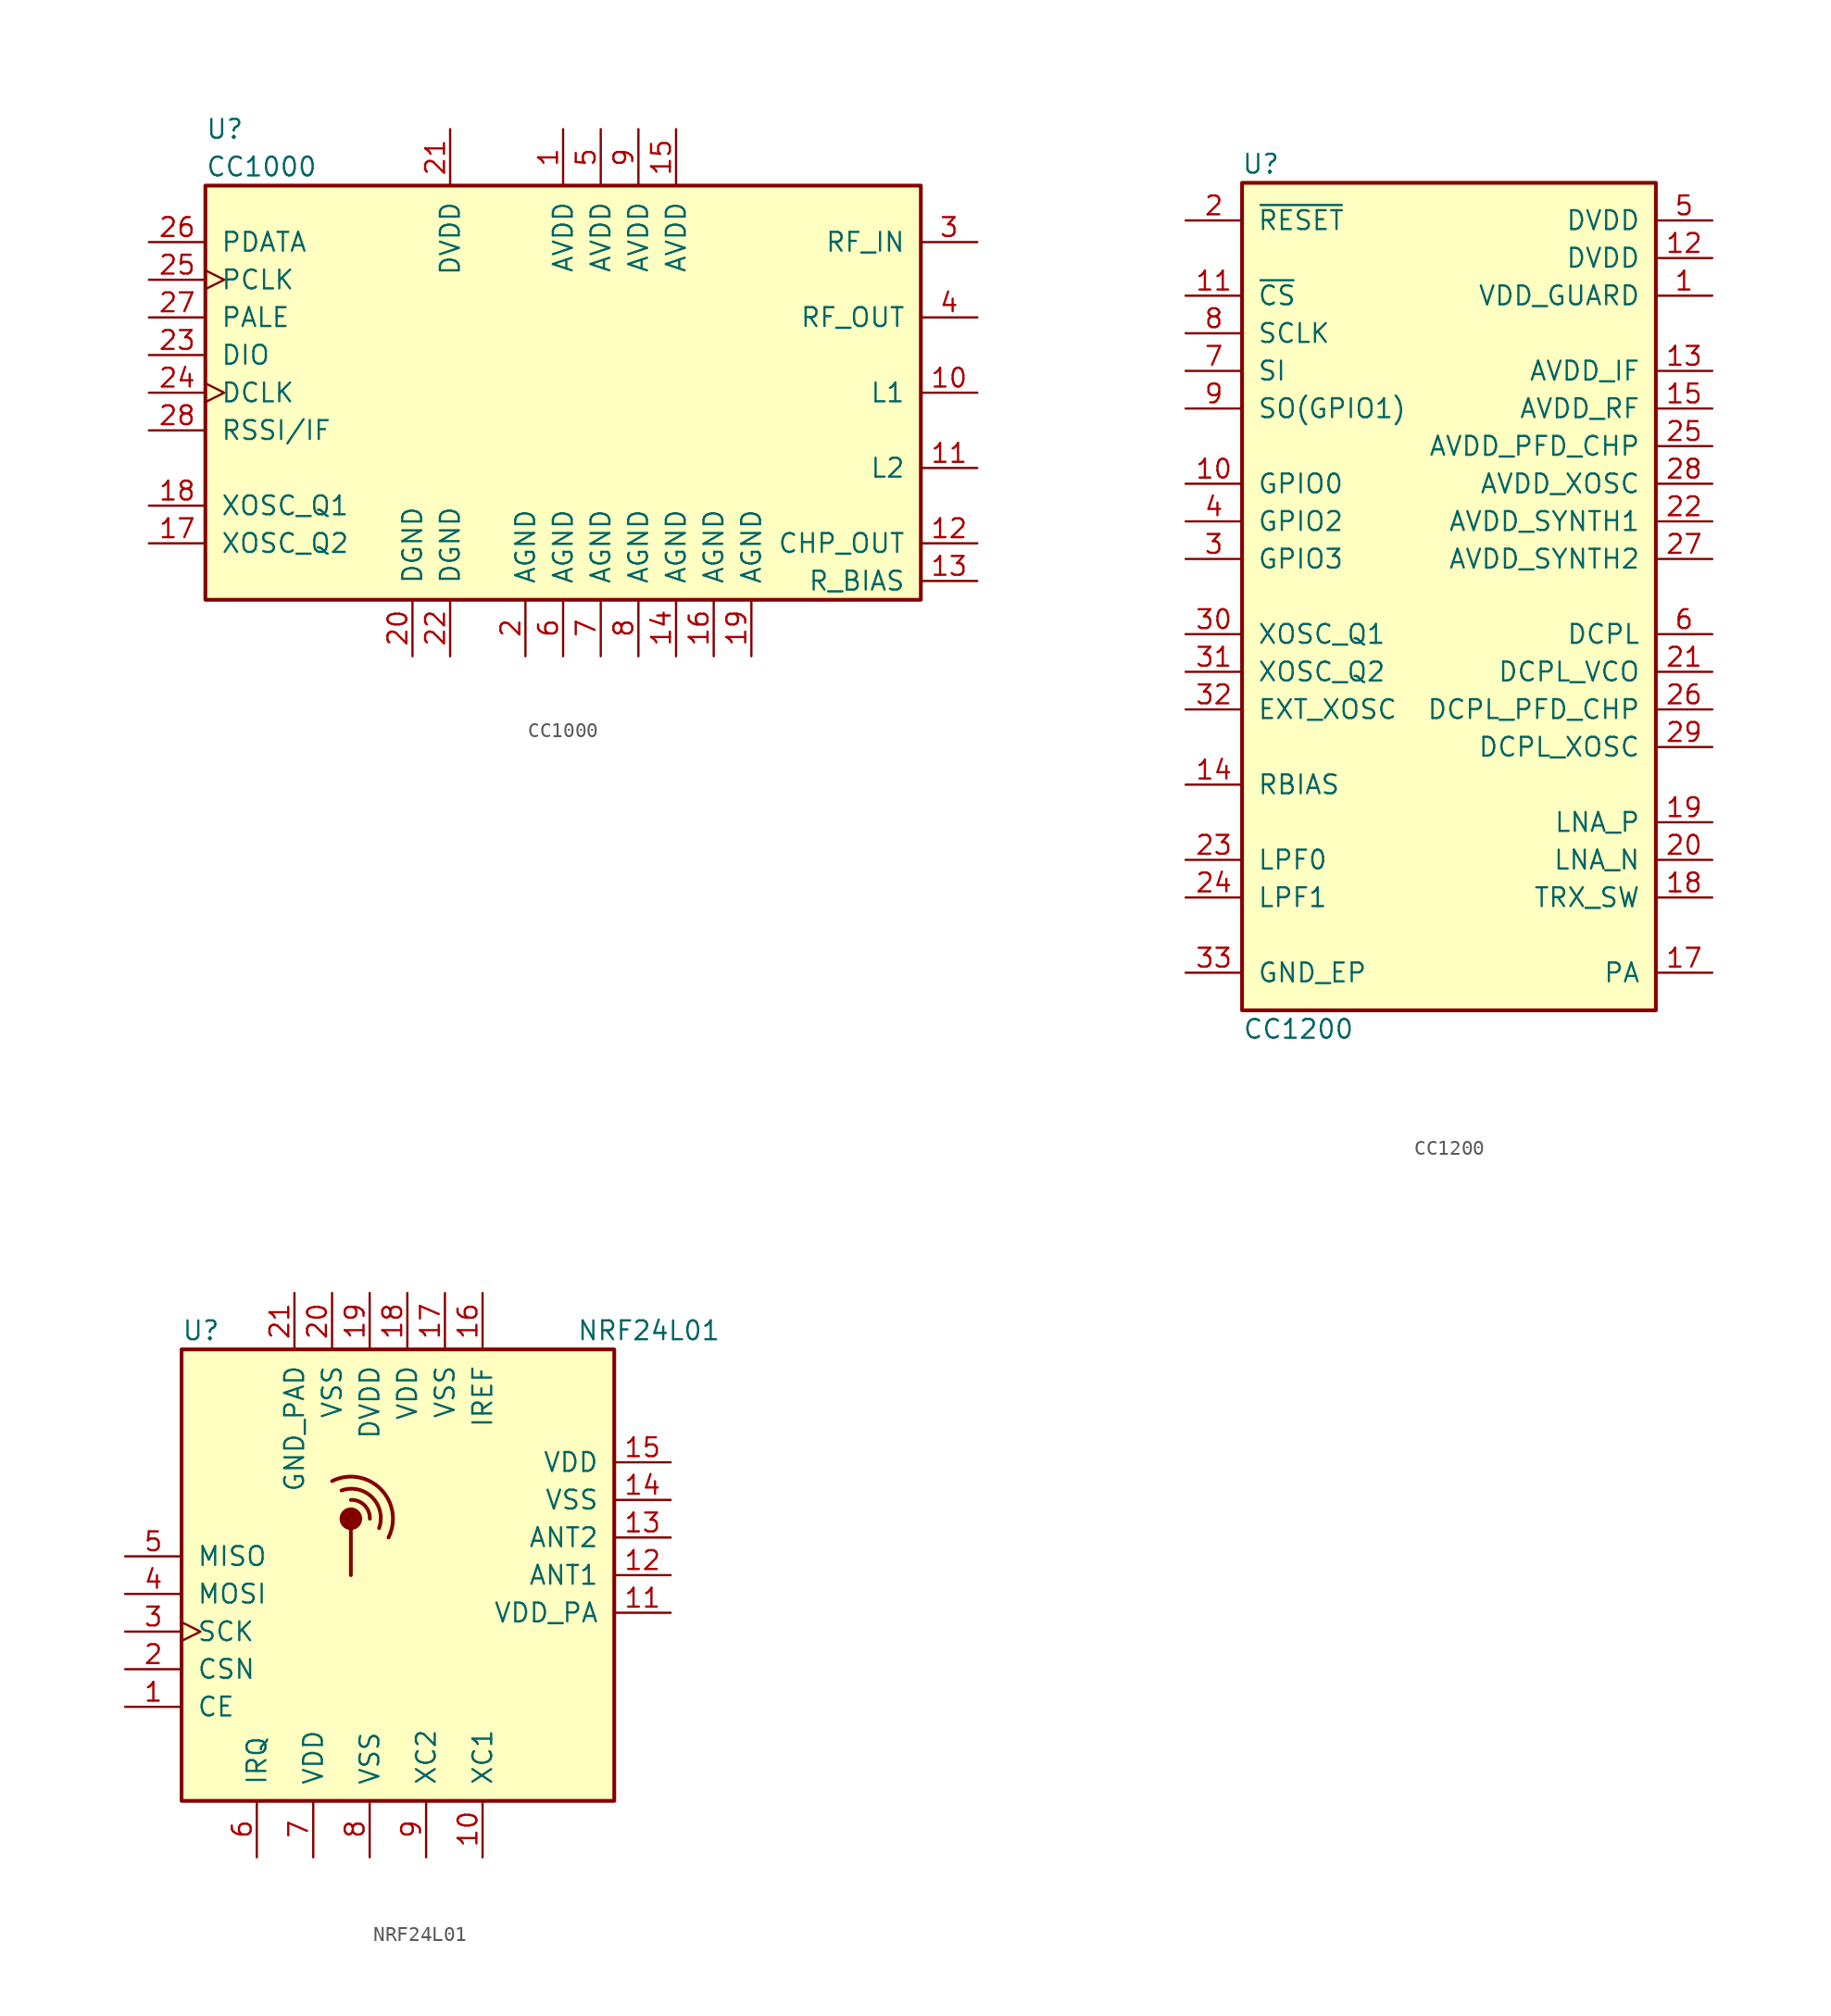
<source format=kicad_sym>
(kicad_symbol_lib
  (version 20231120)
  (generator "kicad_symbol_editor")
  (generator_version "8.0")
  (symbol "CC1000"
    (pin_names
      (offset 1.016))
    (property "Reference" "U"
      (at -24.13 17.78 0)
      (effects (font (size 1.27 1.27)) (justify left)))
    (property "Value" "CC1000"
      (at -24.13 15.24 0)
      (effects (font (size 1.27 1.27)) (justify left)))
    (symbol "CC1000_0_1"
      (rectangle (start -24.13 13.97) (end 24.13 -13.97) (stroke (width 0.254) (type solid)) (fill (type background))))
    (symbol "CC1000_1_1"
      (pin power_in line (at 0 17.78 270) (length 3.81) (name "AVDD" (effects (font (size 1.27 1.27)))) (number "1" (effects (font (size 1.27 1.27)))))
      (pin passive line (at 27.94 0 180) (length 3.81) (name "L1" (effects (font (size 1.27 1.27)))) (number "10" (effects (font (size 1.27 1.27)))))
      (pin passive line (at 27.94 -5.08 180) (length 3.81) (name "L2" (effects (font (size 1.27 1.27)))) (number "11" (effects (font (size 1.27 1.27)))))
      (pin passive line (at 27.94 -10.16 180) (length 3.81) (name "CHP_OUT" (effects (font (size 1.27 1.27)))) (number "12" (effects (font (size 1.27 1.27)))))
      (pin passive line (at 27.94 -12.7 180) (length 3.81) (name "R_BIAS" (effects (font (size 1.27 1.27)))) (number "13" (effects (font (size 1.27 1.27)))))
      (pin power_in line (at 7.62 -17.78 90) (length 3.81) (name "AGND" (effects (font (size 1.27 1.27)))) (number "14" (effects (font (size 1.27 1.27)))))
      (pin power_in line (at 7.62 17.78 270) (length 3.81) (name "AVDD" (effects (font (size 1.27 1.27)))) (number "15" (effects (font (size 1.27 1.27)))))
      (pin power_in line (at 10.16 -17.78 90) (length 3.81) (name "AGND" (effects (font (size 1.27 1.27)))) (number "16" (effects (font (size 1.27 1.27)))))
      (pin passive line (at -27.94 -10.16 0) (length 3.81) (name "XOSC_Q2" (effects (font (size 1.27 1.27)))) (number "17" (effects (font (size 1.27 1.27)))))
      (pin passive line (at -27.94 -7.62 0) (length 3.81) (name "XOSC_Q1" (effects (font (size 1.27 1.27)))) (number "18" (effects (font (size 1.27 1.27)))))
      (pin power_in line (at 12.7 -17.78 90) (length 3.81) (name "AGND" (effects (font (size 1.27 1.27)))) (number "19" (effects (font (size 1.27 1.27)))))
      (pin power_in line (at -2.54 -17.78 90) (length 3.81) (name "AGND" (effects (font (size 1.27 1.27)))) (number "2" (effects (font (size 1.27 1.27)))))
      (pin power_in line (at -10.16 -17.78 90) (length 3.81) (name "DGND" (effects (font (size 1.27 1.27)))) (number "20" (effects (font (size 1.27 1.27)))))
      (pin power_in line (at -7.62 17.78 270) (length 3.81) (name "DVDD" (effects (font (size 1.27 1.27)))) (number "21" (effects (font (size 1.27 1.27)))))
      (pin power_in line (at -7.62 -17.78 90) (length 3.81) (name "DGND" (effects (font (size 1.27 1.27)))) (number "22" (effects (font (size 1.27 1.27)))))
      (pin bidirectional line (at -27.94 2.54 0) (length 3.81) (name "DIO" (effects (font (size 1.27 1.27)))) (number "23" (effects (font (size 1.27 1.27)))))
      (pin output clock (at -27.94 0 0) (length 3.81) (name "DCLK" (effects (font (size 1.27 1.27)))) (number "24" (effects (font (size 1.27 1.27)))))
      (pin input clock (at -27.94 7.62 0) (length 3.81) (name "PCLK" (effects (font (size 1.27 1.27)))) (number "25" (effects (font (size 1.27 1.27)))))
      (pin bidirectional line (at -27.94 10.16 0) (length 3.81) (name "PDATA" (effects (font (size 1.27 1.27)))) (number "26" (effects (font (size 1.27 1.27)))))
      (pin input line (at -27.94 5.08 0) (length 3.81) (name "PALE" (effects (font (size 1.27 1.27)))) (number "27" (effects (font (size 1.27 1.27)))))
      (pin passive line (at -27.94 -2.54 0) (length 3.81) (name "RSSI/IF" (effects (font (size 1.27 1.27)))) (number "28" (effects (font (size 1.27 1.27)))))
      (pin passive line (at 27.94 10.16 180) (length 3.81) (name "RF_IN" (effects (font (size 1.27 1.27)))) (number "3" (effects (font (size 1.27 1.27)))))
      (pin passive line (at 27.94 5.08 180) (length 3.81) (name "RF_OUT" (effects (font (size 1.27 1.27)))) (number "4" (effects (font (size 1.27 1.27)))))
      (pin power_in line (at 2.54 17.78 270) (length 3.81) (name "AVDD" (effects (font (size 1.27 1.27)))) (number "5" (effects (font (size 1.27 1.27)))))
      (pin power_in line (at 0 -17.78 90) (length 3.81) (name "AGND" (effects (font (size 1.27 1.27)))) (number "6" (effects (font (size 1.27 1.27)))))
      (pin power_in line (at 2.54 -17.78 90) (length 3.81) (name "AGND" (effects (font (size 1.27 1.27)))) (number "7" (effects (font (size 1.27 1.27)))))
      (pin power_in line (at 5.08 -17.78 90) (length 3.81) (name "AGND" (effects (font (size 1.27 1.27)))) (number "8" (effects (font (size 1.27 1.27)))))
      (pin power_in line (at 5.08 17.78 270) (length 3.81) (name "AVDD" (effects (font (size 1.27 1.27)))) (number "9" (effects (font (size 1.27 1.27)))))))
  (symbol "CC1200"
    (pin_names
      (offset 1.016))
    (property "Reference" "U"
      (at -12.7 29.21 0)
      (effects (font (size 1.27 1.27))))
    (property "Value" "CC1200"
      (at -10.16 -29.21 0)
      (effects (font (size 1.27 1.27))))
    (symbol "CC1200_0_1"
      (rectangle (start -13.97 27.94) (end 13.97 -27.94) (stroke (width 0.254) (type solid)) (fill (type background))))
    (symbol "CC1200_1_1"
      (pin power_in line (at 17.78 20.32 180) (length 3.81) (name "VDD_GUARD" (effects (font (size 1.27 1.27)))) (number "1" (effects (font (size 1.27 1.27)))))
      (pin bidirectional line (at -17.78 7.62 0) (length 3.81) (name "GPIO0" (effects (font (size 1.27 1.27)))) (number "10" (effects (font (size 1.27 1.27)))))
      (pin input line (at -17.78 20.32 0) (length 3.81) (name "~{CS}" (effects (font (size 1.27 1.27)))) (number "11" (effects (font (size 1.27 1.27)))))
      (pin power_in line (at 17.78 22.86 180) (length 3.81) (name "DVDD" (effects (font (size 1.27 1.27)))) (number "12" (effects (font (size 1.27 1.27)))))
      (pin power_in line (at 17.78 15.24 180) (length 3.81) (name "AVDD_IF" (effects (font (size 1.27 1.27)))) (number "13" (effects (font (size 1.27 1.27)))))
      (pin passive line (at -17.78 -12.7 0) (length 3.81) (name "RBIAS" (effects (font (size 1.27 1.27)))) (number "14" (effects (font (size 1.27 1.27)))))
      (pin power_in line (at 17.78 12.7 180) (length 3.81) (name "AVDD_RF" (effects (font (size 1.27 1.27)))) (number "15" (effects (font (size 1.27 1.27)))))
      (pin passive line (at 17.78 -25.4 180) (length 3.81) (name "PA" (effects (font (size 1.27 1.27)))) (number "17" (effects (font (size 1.27 1.27)))))
      (pin passive line (at 17.78 -20.32 180) (length 3.81) (name "TRX_SW" (effects (font (size 1.27 1.27)))) (number "18" (effects (font (size 1.27 1.27)))))
      (pin passive line (at 17.78 -15.24 180) (length 3.81) (name "LNA_P" (effects (font (size 1.27 1.27)))) (number "19" (effects (font (size 1.27 1.27)))))
      (pin input line (at -17.78 25.4 0) (length 3.81) (name "~{RESET}" (effects (font (size 1.27 1.27)))) (number "2" (effects (font (size 1.27 1.27)))))
      (pin passive line (at 17.78 -17.78 180) (length 3.81) (name "LNA_N" (effects (font (size 1.27 1.27)))) (number "20" (effects (font (size 1.27 1.27)))))
      (pin power_out line (at 17.78 -5.08 180) (length 3.81) (name "DCPL_VCO" (effects (font (size 1.27 1.27)))) (number "21" (effects (font (size 1.27 1.27)))))
      (pin power_in line (at 17.78 5.08 180) (length 3.81) (name "AVDD_SYNTH1" (effects (font (size 1.27 1.27)))) (number "22" (effects (font (size 1.27 1.27)))))
      (pin passive line (at -17.78 -17.78 0) (length 3.81) (name "LPF0" (effects (font (size 1.27 1.27)))) (number "23" (effects (font (size 1.27 1.27)))))
      (pin passive line (at -17.78 -20.32 0) (length 3.81) (name "LPF1" (effects (font (size 1.27 1.27)))) (number "24" (effects (font (size 1.27 1.27)))))
      (pin power_in line (at 17.78 10.16 180) (length 3.81) (name "AVDD_PFD_CHP" (effects (font (size 1.27 1.27)))) (number "25" (effects (font (size 1.27 1.27)))))
      (pin power_out line (at 17.78 -7.62 180) (length 3.81) (name "DCPL_PFD_CHP" (effects (font (size 1.27 1.27)))) (number "26" (effects (font (size 1.27 1.27)))))
      (pin power_in line (at 17.78 2.54 180) (length 3.81) (name "AVDD_SYNTH2" (effects (font (size 1.27 1.27)))) (number "27" (effects (font (size 1.27 1.27)))))
      (pin power_in line (at 17.78 7.62 180) (length 3.81) (name "AVDD_XOSC" (effects (font (size 1.27 1.27)))) (number "28" (effects (font (size 1.27 1.27)))))
      (pin power_out line (at 17.78 -10.16 180) (length 3.81) (name "DCPL_XOSC" (effects (font (size 1.27 1.27)))) (number "29" (effects (font (size 1.27 1.27)))))
      (pin bidirectional line (at -17.78 2.54 0) (length 3.81) (name "GPIO3" (effects (font (size 1.27 1.27)))) (number "3" (effects (font (size 1.27 1.27)))))
      (pin passive line (at -17.78 -2.54 0) (length 3.81) (name "XOSC_Q1" (effects (font (size 1.27 1.27)))) (number "30" (effects (font (size 1.27 1.27)))))
      (pin passive line (at -17.78 -5.08 0) (length 3.81) (name "XOSC_Q2" (effects (font (size 1.27 1.27)))) (number "31" (effects (font (size 1.27 1.27)))))
      (pin input line (at -17.78 -7.62 0) (length 3.81) (name "EXT_XOSC" (effects (font (size 1.27 1.27)))) (number "32" (effects (font (size 1.27 1.27)))))
      (pin power_in line (at -17.78 -25.4 0) (length 3.81) (name "GND_EP" (effects (font (size 1.27 1.27)))) (number "33" (effects (font (size 1.27 1.27)))))
      (pin bidirectional line (at -17.78 5.08 0) (length 3.81) (name "GPIO2" (effects (font (size 1.27 1.27)))) (number "4" (effects (font (size 1.27 1.27)))))
      (pin power_in line (at 17.78 25.4 180) (length 3.81) (name "DVDD" (effects (font (size 1.27 1.27)))) (number "5" (effects (font (size 1.27 1.27)))))
      (pin power_out line (at 17.78 -2.54 180) (length 3.81) (name "DCPL" (effects (font (size 1.27 1.27)))) (number "6" (effects (font (size 1.27 1.27)))))
      (pin input line (at -17.78 15.24 0) (length 3.81) (name "SI" (effects (font (size 1.27 1.27)))) (number "7" (effects (font (size 1.27 1.27)))))
      (pin input line (at -17.78 17.78 0) (length 3.81) (name "SCLK" (effects (font (size 1.27 1.27)))) (number "8" (effects (font (size 1.27 1.27)))))
      (pin bidirectional line (at -17.78 12.7 0) (length 3.81) (name "SO(GPIO1)" (effects (font (size 1.27 1.27)))) (number "9" (effects (font (size 1.27 1.27)))))))
  (symbol "NRF24L01"
    (pin_names
      (offset 1.016))
    (property "Reference" "U"
      (at -11.43 17.78 0)
      (effects (font (size 1.27 1.27)) (justify left)))
    (property "Value" "NRF24L01"
      (at 15.24 17.78 0)
      (effects (font (size 1.27 1.27)) (justify left)))
    (symbol "NRF24L01_0_1"
      (rectangle (start -11.43 16.51) (end 17.78 -13.97) (stroke (width 0.254) (type solid)) (fill (type background)))
      (polyline (pts (xy 0 4.445) (xy 0 1.27)) (stroke (width 0.254) (type solid)) (fill (type none)))
      (circle (center 0 5.08) (radius 0.635) (stroke (width 0.254) (type solid)) (fill (type outline)))
      (arc (start 1.27 5.08) (mid 0.9071 5.9946) (end 0 6.35) (stroke (width 0.254) (type solid)) (fill (type none)))
      (arc (start 1.905 4.445) (mid 1.4313 6.5254) (end -0.635 6.985) (stroke (width 0.254) (type solid)) (fill (type none)))
      (arc (start 2.54 3.81) (mid 2.008 7.088) (end -1.27 7.62) (stroke (width 0.254) (type solid)) (fill (type none)))
      (rectangle (start 11.43 -13.97) (end 11.43 -13.97) (stroke (width 0) (type solid)) (fill (type none))))
    (symbol "NRF24L01_1_1"
      (pin input line (at -15.24 -7.62 0) (length 3.81) (name "CE" (effects (font (size 1.27 1.27)))) (number "1" (effects (font (size 1.27 1.27)))))
      (pin passive line (at 8.89 -17.78 90) (length 3.81) (name "XC1" (effects (font (size 1.27 1.27)))) (number "10" (effects (font (size 1.27 1.27)))))
      (pin power_out line (at 21.59 -1.27 180) (length 3.81) (name "VDD_PA" (effects (font (size 1.27 1.27)))) (number "11" (effects (font (size 1.27 1.27)))))
      (pin passive line (at 21.59 1.27 180) (length 3.81) (name "ANT1" (effects (font (size 1.27 1.27)))) (number "12" (effects (font (size 1.27 1.27)))))
      (pin passive line (at 21.59 3.81 180) (length 3.81) (name "ANT2" (effects (font (size 1.27 1.27)))) (number "13" (effects (font (size 1.27 1.27)))))
      (pin power_in line (at 21.59 6.35 180) (length 3.81) (name "VSS" (effects (font (size 1.27 1.27)))) (number "14" (effects (font (size 1.27 1.27)))))
      (pin power_in line (at 21.59 8.89 180) (length 3.81) (name "VDD" (effects (font (size 1.27 1.27)))) (number "15" (effects (font (size 1.27 1.27)))))
      (pin passive line (at 8.89 20.32 270) (length 3.81) (name "IREF" (effects (font (size 1.27 1.27)))) (number "16" (effects (font (size 1.27 1.27)))))
      (pin power_in line (at 6.35 20.32 270) (length 3.81) (name "VSS" (effects (font (size 1.27 1.27)))) (number "17" (effects (font (size 1.27 1.27)))))
      (pin power_in line (at 3.81 20.32 270) (length 3.81) (name "VDD" (effects (font (size 1.27 1.27)))) (number "18" (effects (font (size 1.27 1.27)))))
      (pin power_out line (at 1.27 20.32 270) (length 3.81) (name "DVDD" (effects (font (size 1.27 1.27)))) (number "19" (effects (font (size 1.27 1.27)))))
      (pin input line (at -15.24 -5.08 0) (length 3.81) (name "CSN" (effects (font (size 1.27 1.27)))) (number "2" (effects (font (size 1.27 1.27)))))
      (pin power_in line (at -1.27 20.32 270) (length 3.81) (name "VSS" (effects (font (size 1.27 1.27)))) (number "20" (effects (font (size 1.27 1.27)))))
      (pin input line (at -3.81 20.32 270) (length 3.81) (name "GND_PAD" (effects (font (size 1.27 1.27)))) (number "21" (effects (font (size 1.27 1.27)))))
      (pin input clock (at -15.24 -2.54 0) (length 3.81) (name "SCK" (effects (font (size 1.27 1.27)))) (number "3" (effects (font (size 1.27 1.27)))))
      (pin input line (at -15.24 0 0) (length 3.81) (name "MOSI" (effects (font (size 1.27 1.27)))) (number "4" (effects (font (size 1.27 1.27)))))
      (pin output line (at -15.24 2.54 0) (length 3.81) (name "MISO" (effects (font (size 1.27 1.27)))) (number "5" (effects (font (size 1.27 1.27)))))
      (pin output line (at -6.35 -17.78 90) (length 3.81) (name "IRQ" (effects (font (size 1.27 1.27)))) (number "6" (effects (font (size 1.27 1.27)))))
      (pin power_in line (at -2.54 -17.78 90) (length 3.81) (name "VDD" (effects (font (size 1.27 1.27)))) (number "7" (effects (font (size 1.27 1.27)))))
      (pin power_in line (at 1.27 -17.78 90) (length 3.81) (name "VSS" (effects (font (size 1.27 1.27)))) (number "8" (effects (font (size 1.27 1.27)))))
      (pin passive line (at 5.08 -17.78 90) (length 3.81) (name "XC2" (effects (font (size 1.27 1.27)))) (number "9" (effects (font (size 1.27 1.27))))))))
</source>
